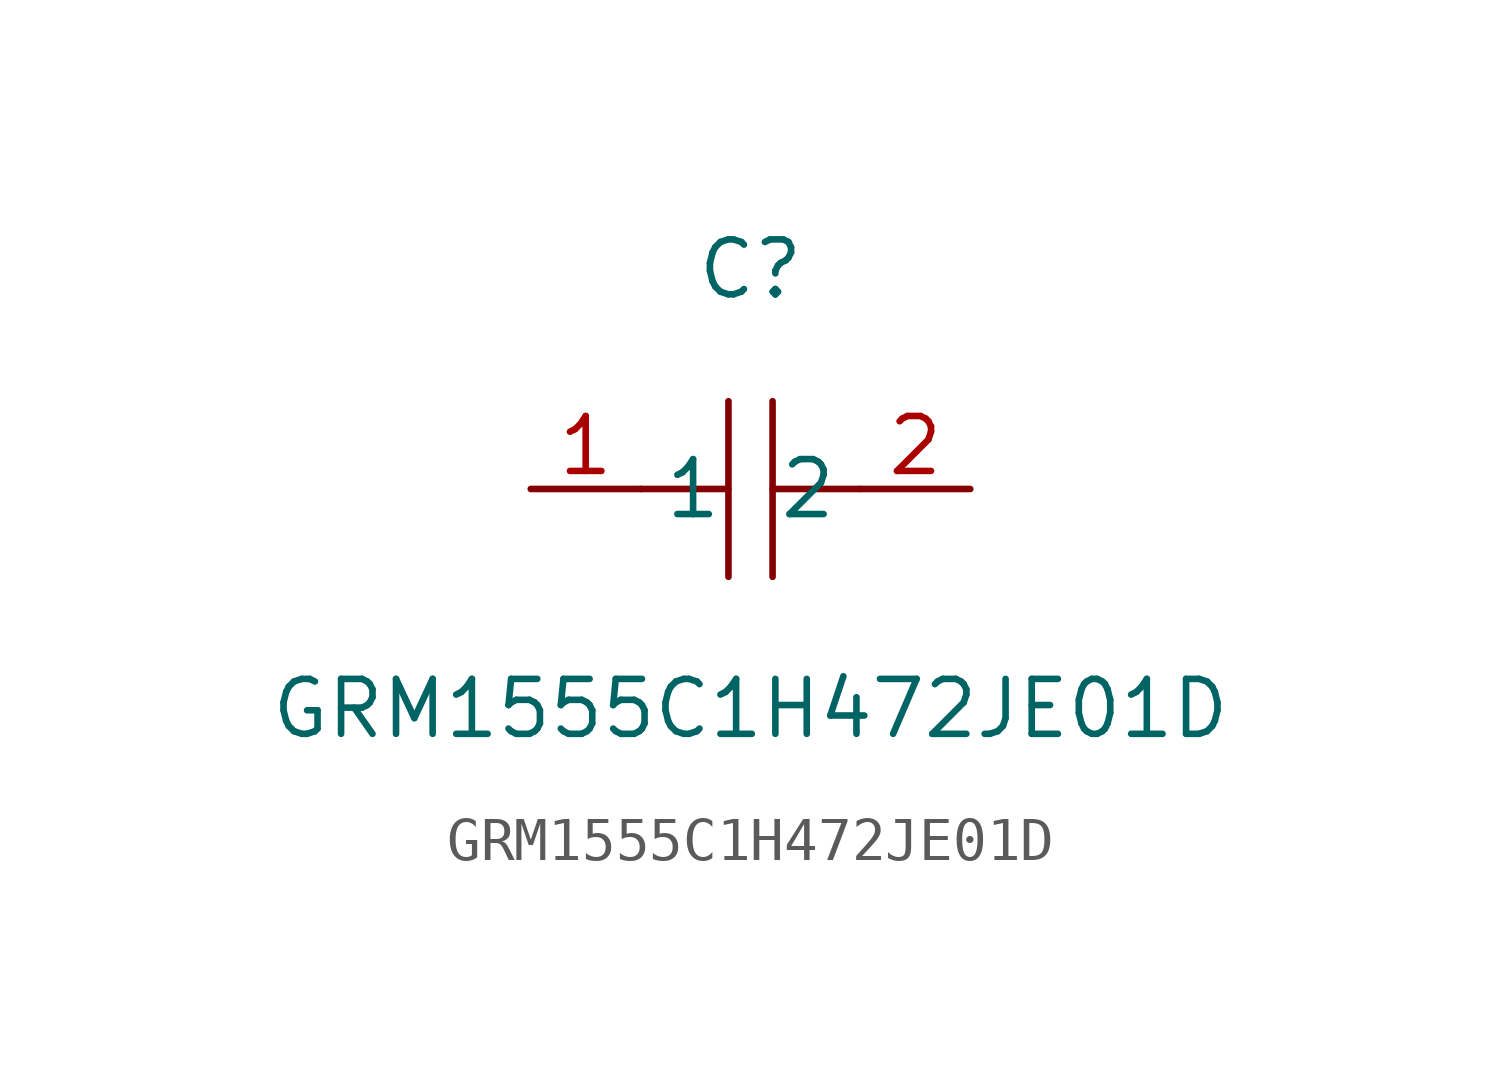
<source format=kicad_sym>
(kicad_symbol_lib
  (version 1)
  (generator "faebryk")
  (symbol "GRM1555C1H472JE01D"
    (property "Reference" "C"
      (at 0 5.08 0)
      (effects (font (size 1.27 1.27)) (hide no)))
    (property "Value" "GRM1555C1H472JE01D"
      (at 0 -5.08 0)
      (effects (font (size 1.27 1.27)) (hide no)))
    (symbol "GRM1555C1H472JE01D_0_1"
      (polyline (stroke (width 0) (type default) (color 0 0 0 0)) (fill (type none)) (pts (xy -0.51 -2.03) (xy -0.51 2.03)))
      (polyline (stroke (width 0) (type default) (color 0 0 0 0)) (fill (type none)) (pts (xy 2.54 0) (xy 0.51 0)))
      (polyline (stroke (width 0) (type default) (color 0 0 0 0)) (fill (type none)) (pts (xy 0.51 2.03) (xy 0.51 -2.03)))
      (polyline (stroke (width 0) (type default) (color 0 0 0 0)) (fill (type none)) (pts (xy -0.51 0) (xy -2.54 0)))
      (pin unspecified line (at -5.08 0 0) (length 2.54) (name "1" (effects (font (size 1.27 1.27)) (hide no))) (number "1" (effects (font (size 1.27 1.27)) (hide no))))
      (pin unspecified line (at 5.08 0 180) (length 2.54) (name "2" (effects (font (size 1.27 1.27)) (hide no))) (number "2" (effects (font (size 1.27 1.27)) (hide no)))))))
</source>
